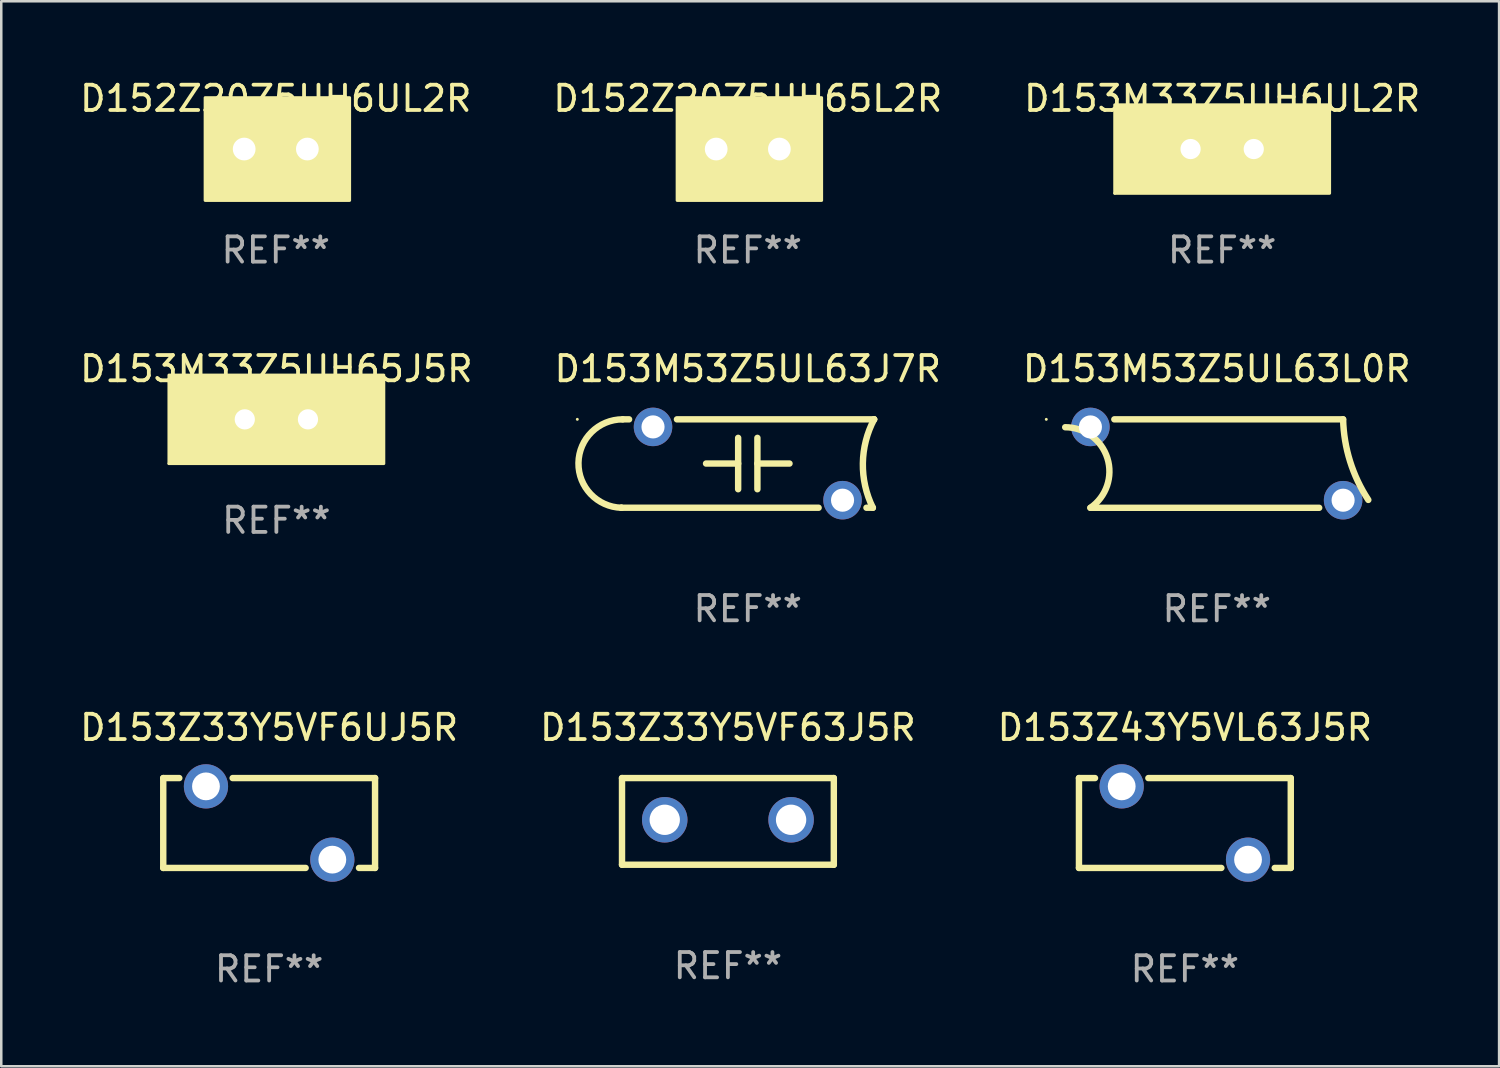
<source format=kicad_pcb>
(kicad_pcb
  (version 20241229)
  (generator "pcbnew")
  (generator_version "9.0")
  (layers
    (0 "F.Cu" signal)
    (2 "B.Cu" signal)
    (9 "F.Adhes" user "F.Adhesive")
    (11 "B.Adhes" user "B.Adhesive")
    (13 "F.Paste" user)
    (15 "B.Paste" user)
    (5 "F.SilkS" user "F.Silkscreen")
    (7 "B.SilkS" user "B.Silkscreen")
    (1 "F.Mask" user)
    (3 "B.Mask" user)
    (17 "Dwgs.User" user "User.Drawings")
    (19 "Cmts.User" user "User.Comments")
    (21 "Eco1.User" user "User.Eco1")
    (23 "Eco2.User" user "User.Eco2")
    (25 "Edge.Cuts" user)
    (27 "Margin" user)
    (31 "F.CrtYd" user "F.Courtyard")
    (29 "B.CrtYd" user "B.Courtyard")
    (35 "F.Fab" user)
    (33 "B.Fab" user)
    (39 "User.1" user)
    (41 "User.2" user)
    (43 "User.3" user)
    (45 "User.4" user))
  (footprint "D153M53Z5UL63J7R"
    (layer "F.Cu")
    (at 26.542 15.294)
    (property "Reference" "D153M53Z5UL63J7R" (at 0 -3.749 0) (layer "F.SilkS") (effects (font (size 1 1) (thickness 0.15))))
    (attr through_hole)
    (fp_line (start -4.95 -1.749) (end -4.697 -1.749) (stroke (width 0.254) (type solid)) (layer "F.SilkS"))
    (fp_line (start -2.803 -1.749) (end 5 -1.749) (stroke (width 0.254) (type solid)) (layer "F.SilkS"))
    (fp_line (start -1.651 0) (end -0.381 0) (stroke (width 0.254) (type solid)) (layer "F.SilkS"))
    (fp_line (start -0.381 1.016) (end -0.381 -1.016) (stroke (width 0.254) (type solid)) (layer "F.SilkS"))
    (fp_line (start 0.381 1.016) (end 0.381 -1.016) (stroke (width 0.254) (type solid)) (layer "F.SilkS"))
    (fp_line (start 1.651 0) (end 0.381 0) (stroke (width 0.254) (type solid)) (layer "F.SilkS"))
    (fp_line (start 2.803 1.749) (end -5 1.749) (stroke (width 0.254) (type solid)) (layer "F.SilkS"))
    (fp_line (start 4.95 1.749) (end 4.697 1.749) (stroke (width 0.254) (type solid)) (layer "F.SilkS"))
    (fp_arc (start -4.999949 1.750013) (mid -4.999704 1.749583) (end -4.999239 1.749413) (stroke (width 0.254001) (type solid)) (layer "F.SilkS"))
    (fp_arc (start -4.999949 1.750013) (mid -6.700048 -0.02416) (end -4.950217 -1.749302) (stroke (width 0.254001) (type solid)) (layer "F.SilkS"))
    (fp_arc (start 4.950216 1.749302) (mid 4.554177 -0.006338) (end 4.999949 -1.750013) (stroke (width 0.254001) (type solid)) (layer "F.SilkS"))
    (fp_arc (start 4.999238 -1.749302) (mid 4.999446 -1.749805) (end 4.999949 -1.750013) (stroke (width 0.254001) (type solid)) (layer "F.SilkS"))
    (fp_circle (center -6.746 -1.75) (end -6.716 -1.75) (stroke (width 0.06) (type solid)) (fill no) (layer "F.SilkS"))
    (fp_text user "REF**" (at 0 5.749 0) (layer "F.Fab") (effects (font (size 1 1) (thickness 0.15))))
    (pad "1" thru_hole circle (at -3.75 -1.45) (size 1.524 1.524) (drill 0.914) (layers "*.Cu" "*.Mask"))
    (pad "2" thru_hole circle (at 3.75 1.45) (size 1.524 1.524) (drill 0.914) (layers "*.Cu" "*.Mask")))
  (footprint "D153Z33Y5VF63J5R"
    (layer "F.Cu")
    (at 25.756 29.456)
    (property "Reference" "D153Z33Y5VF63J5R" (at 0 -3.715 0) (layer "F.SilkS") (effects (font (size 1 1) (thickness 0.15))))
    (attr through_hole)
    (fp_line (start -4.191 -1.715) (end -4.191 1.715) (stroke (width 0.254) (type solid)) (layer "F.SilkS"))
    (fp_line (start -4.191 1.715) (end 4.191 1.715) (stroke (width 0.254) (type solid)) (layer "F.SilkS"))
    (fp_line (start 4.191 -1.715) (end -4.191 -1.715) (stroke (width 0.254) (type solid)) (layer "F.SilkS"))
    (fp_line (start 4.191 1.715) (end 4.191 -1.715) (stroke (width 0.254) (type solid)) (layer "F.SilkS"))
    (fp_circle (center -4.25 1.687) (end -4.22 1.687) (stroke (width 0.06) (type solid)) (fill no) (layer "F.SilkS"))
    (fp_text user "REF**" (at 0 5.715 0) (layer "F.Fab") (effects (font (size 1 1) (thickness 0.15))))
    (pad "1" thru_hole circle (at -2.5 -0.064) (size 1.8 1.8) (drill 1.2) (layers "*.Cu" "*.Mask"))
    (pad "2" thru_hole circle (at 2.5 -0.064) (size 1.8 1.8) (drill 1.2) (layers "*.Cu" "*.Mask")))
  (footprint "D153Z43Y5VL63J5R"
    (layer "F.Cu")
    (at 43.839 29.519)
    (property "Reference" "D153Z43Y5VL63J5R" (at 0 -3.778 0) (layer "F.SilkS") (effects (font (size 1 1) (thickness 0.15))))
    (attr through_hole)
    (fp_line (start -4.191 -1.778) (end -3.556 -1.778) (stroke (width 0.254) (type solid)) (layer "F.SilkS"))
    (fp_line (start -4.191 1.778) (end -4.191 -1.778) (stroke (width 0.254) (type solid)) (layer "F.SilkS"))
    (fp_line (start -1.444 -1.778) (end 4.191 -1.778) (stroke (width 0.254) (type solid)) (layer "F.SilkS"))
    (fp_line (start 1.444 1.778) (end -4.191 1.778) (stroke (width 0.254) (type solid)) (layer "F.SilkS"))
    (fp_line (start 4.191 -1.778) (end 4.191 1.778) (stroke (width 0.254) (type solid)) (layer "F.SilkS"))
    (fp_line (start 4.191 1.778) (end 3.556 1.778) (stroke (width 0.254) (type solid)) (layer "F.SilkS"))
    (fp_circle (center -4.25 1.75) (end -4.22 1.75) (stroke (width 0.06) (type solid)) (fill no) (layer "F.SilkS"))
    (fp_text user "REF**" (at 0 5.778 0) (layer "F.Fab") (effects (font (size 1 1) (thickness 0.15))))
    (pad "1" thru_hole circle (at -2.5 -1.45) (size 1.75 1.75) (drill 1.1) (layers "*.Cu" "*.Mask"))
    (pad "2" thru_hole circle (at 2.5 1.45) (size 1.75 1.75) (drill 1.1) (layers "*.Cu" "*.Mask")))
  (footprint "D152Z20Z5UH6UL2R"
    (layer "F.Cu")
    (at 7.863 2.848)
    (property "Reference" "D152Z20Z5UH6UL2R" (at 0 -2 0) (layer "F.SilkS") (effects (font (size 1 1) (thickness 0.15))))
    (attr through_hole)
    (fp_circle (center -2.5 1.75) (end -2.47 1.75) (stroke (width 0.06) (type solid)) (fill no) (layer "F.SilkS"))
    (fp_poly (pts (xy -2.794 -2.032) (xy 2.921 -2.032) (xy 2.921 2.032) (xy -2.794 2.032)) (stroke (width 0.12) (type solid)) (fill yes) (layer "F.SilkS"))
    (fp_text user "REF**" (at 0 4 0) (layer "F.Fab") (effects (font (size 1 1) (thickness 0.15))))
    (pad "1" thru_hole circle (at -1.25 0) (size 1.5 1.5) (drill 0.9) (layers "*.Cu" "*.Mask"))
    (pad "2" thru_hole circle (at 1.25 0) (size 1.5 1.5) (drill 0.9) (layers "*.Cu" "*.Mask")))
  (footprint "D152Z20Z5UH65L2R"
    (layer "F.Cu")
    (at 26.542 2.848)
    (property "Reference" "D152Z20Z5UH65L2R" (at 0 -2 0) (layer "F.SilkS") (effects (font (size 1 1) (thickness 0.15))))
    (attr through_hole)
    (fp_circle (center -2.5 1.75) (end -2.47 1.75) (stroke (width 0.06) (type solid)) (fill no) (layer "F.SilkS"))
    (fp_poly (pts (xy -2.794 -2.032) (xy 2.921 -2.032) (xy 2.921 2.032) (xy -2.794 2.032)) (stroke (width 0.12) (type solid)) (fill yes) (layer "F.SilkS"))
    (fp_text user "REF**" (at 0 4 0) (layer "F.Fab") (effects (font (size 1 1) (thickness 0.15))))
    (pad "1" thru_hole circle (at -1.25 0) (size 1.5 1.5) (drill 0.9) (layers "*.Cu" "*.Mask"))
    (pad "2" thru_hole circle (at 1.25 0) (size 1.5 1.5) (drill 0.9) (layers "*.Cu" "*.Mask")))
  (footprint "D153Z33Y5VF6UJ5R"
    (layer "F.Cu")
    (at 7.601 29.519)
    (property "Reference" "D153Z33Y5VF6UJ5R" (at 0 -3.778 0) (layer "F.SilkS") (effects (font (size 1 1) (thickness 0.15))))
    (attr through_hole)
    (fp_line (start -4.191 -1.778) (end -3.556 -1.778) (stroke (width 0.254) (type solid)) (layer "F.SilkS"))
    (fp_line (start -4.191 1.778) (end -4.191 -1.778) (stroke (width 0.254) (type solid)) (layer "F.SilkS"))
    (fp_line (start -1.444 -1.778) (end 4.191 -1.778) (stroke (width 0.254) (type solid)) (layer "F.SilkS"))
    (fp_line (start 1.444 1.778) (end -4.191 1.778) (stroke (width 0.254) (type solid)) (layer "F.SilkS"))
    (fp_line (start 4.191 -1.778) (end 4.191 1.778) (stroke (width 0.254) (type solid)) (layer "F.SilkS"))
    (fp_line (start 4.191 1.778) (end 3.556 1.778) (stroke (width 0.254) (type solid)) (layer "F.SilkS"))
    (fp_circle (center -4.25 1.75) (end -4.22 1.75) (stroke (width 0.06) (type solid)) (fill no) (layer "F.SilkS"))
    (fp_text user "REF**" (at 0 5.778 0) (layer "F.Fab") (effects (font (size 1 1) (thickness 0.15))))
    (pad "1" thru_hole circle (at -2.5 -1.45) (size 1.75 1.75) (drill 1.1) (layers "*.Cu" "*.Mask"))
    (pad "2" thru_hole circle (at 2.5 1.45) (size 1.75 1.75) (drill 1.1) (layers "*.Cu" "*.Mask")))
  (footprint "D153M33Z5UH6UL2R"
    (layer "F.Cu")
    (at 45.315 2.848)
    (property "Reference" "D153M33Z5UH6UL2R" (at 0 -2 0) (layer "F.SilkS") (effects (font (size 1 1) (thickness 0.15))))
    (attr through_hole)
    (fp_circle (center -4.25 1.75) (end -4.22 1.75) (stroke (width 0.06) (type solid)) (fill no) (layer "F.SilkS"))
    (fp_poly (pts (xy -4.25 -1.75) (xy 4.25 -1.75) (xy 4.25 1.75) (xy -4.25 1.75)) (stroke (width 0.12) (type solid)) (fill yes) (layer "F.SilkS"))
    (fp_text user "REF**" (at 0 4 0) (layer "F.Fab") (effects (font (size 1 1) (thickness 0.15))))
    (pad "1" thru_hole circle (at -1.25 0) (size 1.524 1.524) (drill 0.8) (layers "*.Cu" "*.Mask"))
    (pad "2" thru_hole circle (at 1.25 0) (size 1.524 1.524) (drill 0.8) (layers "*.Cu" "*.Mask")))
  (footprint "D153M33Z5UH65J5R"
    (layer "F.Cu")
    (at 7.887 13.545)
    (property "Reference" "D153M33Z5UH65J5R" (at 0 -2 0) (layer "F.SilkS") (effects (font (size 1 1) (thickness 0.15))))
    (attr through_hole)
    (fp_circle (center -4.25 1.75) (end -4.22 1.75) (stroke (width 0.06) (type solid)) (fill no) (layer "F.SilkS"))
    (fp_poly (pts (xy -4.25 -1.75) (xy 4.25 -1.75) (xy 4.25 1.75) (xy -4.25 1.75)) (stroke (width 0.12) (type solid)) (fill yes) (layer "F.SilkS"))
    (fp_text user "REF**" (at 0 4 0) (layer "F.Fab") (effects (font (size 1 1) (thickness 0.15))))
    (pad "1" thru_hole circle (at -1.25 0) (size 1.524 1.524) (drill 0.8) (layers "*.Cu" "*.Mask"))
    (pad "2" thru_hole circle (at 1.25 0) (size 1.524 1.524) (drill 0.8) (layers "*.Cu" "*.Mask")))
  (footprint "D153M53Z5UL63L0R"
    (layer "F.Cu")
    (at 45.101 15.295)
    (property "Reference" "D153M53Z5UL63L0R" (at 0 -3.75 0) (layer "F.SilkS") (effects (font (size 1 1) (thickness 0.15))))
    (attr through_hole)
    (fp_line (start -5 1.75) (end 4.053 1.75) (stroke (width 0.254) (type solid)) (layer "F.SilkS"))
    (fp_line (start 5 -1.75) (end -4.053 -1.75) (stroke (width 0.254) (type solid)) (layer "F.SilkS"))
    (fp_arc (start -5.99741 -1.437923) (mid -4.32724 -0.210482) (end -4.999949 1.750013) (stroke (width 0.254001) (type solid)) (layer "F.SilkS"))
    (fp_arc (start 5.997409 1.437922) (mid 5.27596 -0.08636) (end 4.999949 -1.750013) (stroke (width 0.254001) (type solid)) (layer "F.SilkS"))
    (fp_circle (center -6.746 -1.75) (end -6.716 -1.75) (stroke (width 0.06) (type solid)) (fill no) (layer "F.SilkS"))
    (fp_text user "REF**" (at 0 5.75 0) (layer "F.Fab") (effects (font (size 1 1) (thickness 0.15))))
    (pad "1" thru_hole circle (at -5 -1.45) (size 1.524 1.524) (drill 0.914) (layers "*.Cu" "*.Mask"))
    (pad "2" thru_hole circle (at 5 1.45) (size 1.524 1.524) (drill 0.914) (layers "*.Cu" "*.Mask")))
  (gr_rect
    (start -3 -3)
    (end 56.274 39.146)
    (stroke (width 0.1) (type default))
    (fill no)
    (layer "Edge.Cuts")))
</source>
